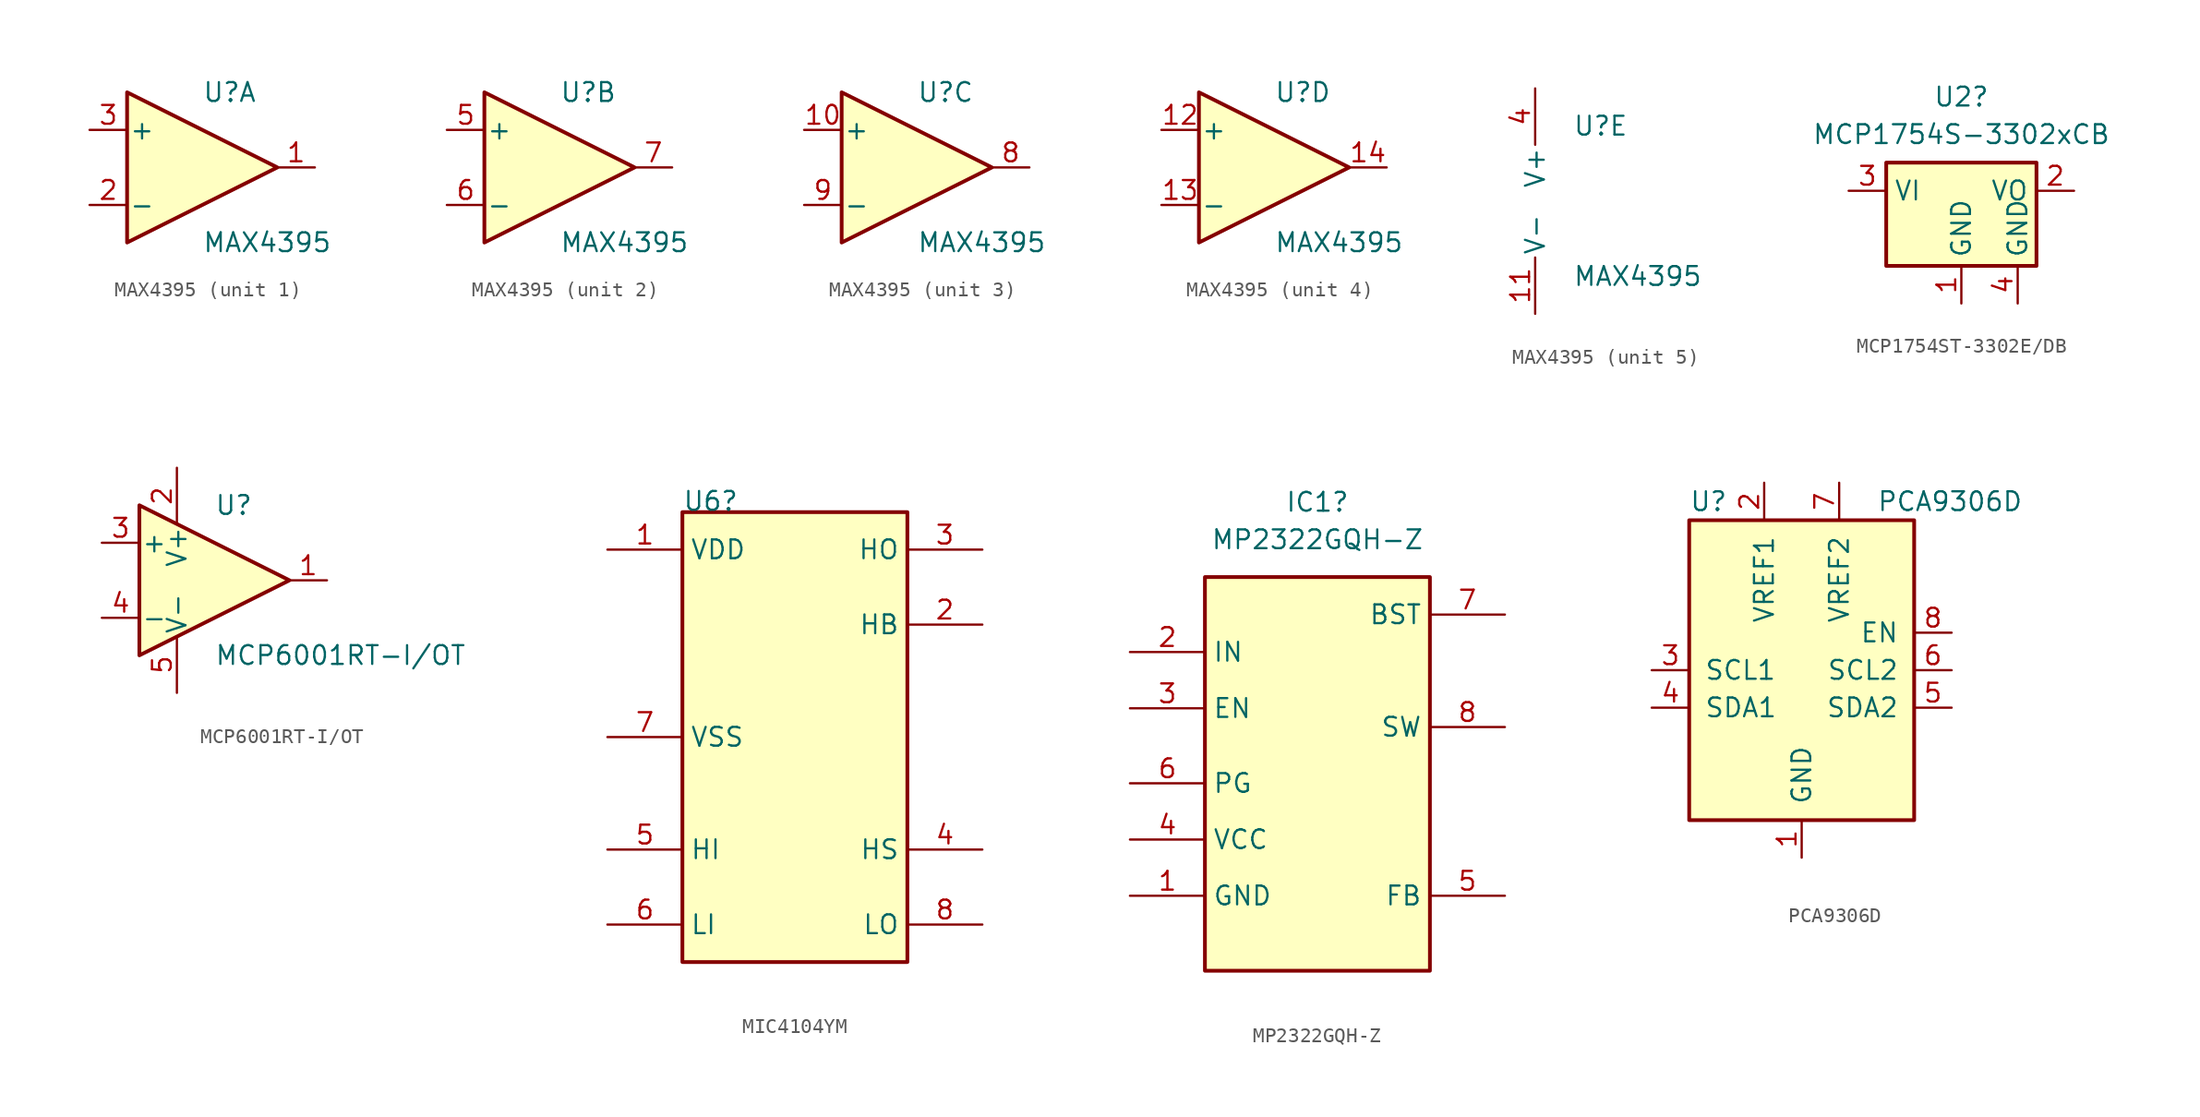
<source format=kicad_sym>
(kicad_symbol_lib
  (version 20241209)
  (generator "kicad_symbol_editor")
  (generator_version "9.0")
  (symbol "MAX4395"
    (pin_names
      (offset 0.127))
    (property "Reference" "U"
      (at 0 5.08 0)
      (effects (font (size 1.27 1.27)) (justify left)))
    (property "Value" "MAX4395"
      (at 0 -5.08 0)
      (effects (font (size 1.27 1.27)) (justify left)))
    (property "ki_locked" ""
      (at 0 0 0)
      (effects (font (size 1.27 1.27))))
    (symbol "MAX4395_1_1"
      (polyline (pts (xy -5.08 5.08) (xy 5.08 0) (xy -5.08 -5.08) (xy -5.08 5.08)) (stroke (width 0.254) (type default)) (fill (type background)))
      (pin input line (at -7.62 2.54 0) (length 2.54) (name "+" (effects (font (size 1.27 1.27)))) (number "3" (effects (font (size 1.27 1.27)))))
      (pin input line (at -7.62 -2.54 0) (length 2.54) (name "-" (effects (font (size 1.27 1.27)))) (number "2" (effects (font (size 1.27 1.27)))))
      (pin output line (at 7.62 0 180) (length 2.54) (name "~" (effects (font (size 1.27 1.27)))) (number "1" (effects (font (size 1.27 1.27))))))
    (symbol "MAX4395_2_1"
      (polyline (pts (xy -5.08 5.08) (xy 5.08 0) (xy -5.08 -5.08) (xy -5.08 5.08)) (stroke (width 0.254) (type default)) (fill (type background)))
      (pin input line (at -7.62 2.54 0) (length 2.54) (name "+" (effects (font (size 1.27 1.27)))) (number "5" (effects (font (size 1.27 1.27)))))
      (pin input line (at -7.62 -2.54 0) (length 2.54) (name "-" (effects (font (size 1.27 1.27)))) (number "6" (effects (font (size 1.27 1.27)))))
      (pin output line (at 7.62 0 180) (length 2.54) (name "~" (effects (font (size 1.27 1.27)))) (number "7" (effects (font (size 1.27 1.27))))))
    (symbol "MAX4395_3_1"
      (polyline (pts (xy -5.08 5.08) (xy 5.08 0) (xy -5.08 -5.08) (xy -5.08 5.08)) (stroke (width 0.254) (type default)) (fill (type background)))
      (pin input line (at -7.62 2.54 0) (length 2.54) (name "+" (effects (font (size 1.27 1.27)))) (number "10" (effects (font (size 1.27 1.27)))))
      (pin input line (at -7.62 -2.54 0) (length 2.54) (name "-" (effects (font (size 1.27 1.27)))) (number "9" (effects (font (size 1.27 1.27)))))
      (pin output line (at 7.62 0 180) (length 2.54) (name "~" (effects (font (size 1.27 1.27)))) (number "8" (effects (font (size 1.27 1.27))))))
    (symbol "MAX4395_4_1"
      (polyline (pts (xy -5.08 5.08) (xy 5.08 0) (xy -5.08 -5.08) (xy -5.08 5.08)) (stroke (width 0.254) (type default)) (fill (type background)))
      (pin input line (at -7.62 2.54 0) (length 2.54) (name "+" (effects (font (size 1.27 1.27)))) (number "12" (effects (font (size 1.27 1.27)))))
      (pin input line (at -7.62 -2.54 0) (length 2.54) (name "-" (effects (font (size 1.27 1.27)))) (number "13" (effects (font (size 1.27 1.27)))))
      (pin output line (at 7.62 0 180) (length 2.54) (name "~" (effects (font (size 1.27 1.27)))) (number "14" (effects (font (size 1.27 1.27))))))
    (symbol "MAX4395_5_1"
      (pin power_in line (at -2.54 7.62 270) (length 3.81) (name "V+" (effects (font (size 1.27 1.27)))) (number "4" (effects (font (size 1.27 1.27)))))
      (pin power_in line (at -2.54 -7.62 90) (length 3.81) (name "V-" (effects (font (size 1.27 1.27)))) (number "11" (effects (font (size 1.27 1.27)))))))
  (symbol "MCP1754ST-3302E/DB"
    (property "Reference" "U2"
      (at 0 6.35 0)
      (effects (font (size 1.27 1.27))))
    (property "Value" "MCP1754S-3302xCB"
      (at 0 3.81 0)
      (effects (font (size 1.27 1.27))))
    (symbol "MCP1754ST-3302E/DB_0_1"
      (rectangle (start -5.08 -5.08) (end 5.08 1.905) (stroke (width 0.254) (type default)) (fill (type background))))
    (symbol "MCP1754ST-3302E/DB_1_1"
      (pin power_in line (at -7.62 0 0) (length 2.54) (name "VI" (effects (font (size 1.27 1.27)))) (number "3" (effects (font (size 1.27 1.27)))))
      (pin power_in line (at 0 -7.62 90) (length 2.54) (name "GND" (effects (font (size 1.27 1.27)))) (number "1" (effects (font (size 1.27 1.27)))))
      (pin power_in line (at 3.81 -7.62 90) (length 2.54) (name "GND" (effects (font (size 1.27 1.27)))) (number "4" (effects (font (size 1.27 1.27)))))
      (pin power_out line (at 7.62 0 180) (length 2.54) (name "VO" (effects (font (size 1.27 1.27)))) (number "2" (effects (font (size 1.27 1.27)))))))
  (symbol "MCP6001RT-I/OT"
    (pin_names
      (offset 0.127))
    (property "Reference" "U"
      (at 0 5.08 0)
      (effects (font (size 1.27 1.27)) (justify left)))
    (property "Value" "MCP6001RT-I/OT"
      (at 0 -5.08 0)
      (effects (font (size 1.27 1.27)) (justify left)))
    (symbol "MCP6001RT-I/OT_0_1"
      (polyline (pts (xy -5.08 5.08) (xy 5.08 0) (xy -5.08 -5.08) (xy -5.08 5.08)) (stroke (width 0.254) (type default)) (fill (type background))))
    (symbol "MCP6001RT-I/OT_1_1"
      (pin input line (at -7.62 2.54 0) (length 2.54) (name "+" (effects (font (size 1.27 1.27)))) (number "3" (effects (font (size 1.27 1.27)))))
      (pin input line (at -7.62 -2.54 0) (length 2.54) (name "-" (effects (font (size 1.27 1.27)))) (number "4" (effects (font (size 1.27 1.27)))))
      (pin power_in line (at -2.54 7.62 270) (length 3.81) (name "V+" (effects (font (size 1.27 1.27)))) (number "2" (effects (font (size 1.27 1.27)))))
      (pin power_in line (at -2.54 -7.62 90) (length 3.81) (name "V-" (effects (font (size 1.27 1.27)))) (number "5" (effects (font (size 1.27 1.27)))))
      (pin output line (at 7.62 0 180) (length 2.54) (name "~" (effects (font (size 1.27 1.27)))) (number "1" (effects (font (size 1.27 1.27)))))))
  (symbol "MIC4104YM"
    (property "Reference" "U6"
      (at 0 0 0)
      (effects (font (size 1.27 1.27)) (justify left bottom)))
    (symbol "MIC4104YM_1_0"
      (rectangle (start 0 0) (end 15.24 -30.48) (stroke (width 0.254) (type default)) (fill (type background)))
      (pin power_in line (at -5.08 -2.54 0) (length 5.08) (name "VDD" (effects (font (size 1.27 1.27)))) (number "1" (effects (font (size 1.27 1.27)))))
      (pin power_in line (at -5.08 -15.24 0) (length 5.08) (name "VSS" (effects (font (size 1.27 1.27)))) (number "7" (effects (font (size 1.27 1.27)))))
      (pin input line (at -5.08 -22.86 0) (length 5.08) (name "HI" (effects (font (size 1.27 1.27)))) (number "5" (effects (font (size 1.27 1.27)))))
      (pin input line (at -5.08 -27.94 0) (length 5.08) (name "LI" (effects (font (size 1.27 1.27)))) (number "6" (effects (font (size 1.27 1.27)))))
      (pin output line (at 20.32 -2.54 180) (length 5.08) (name "HO" (effects (font (size 1.27 1.27)))) (number "3" (effects (font (size 1.27 1.27)))))
      (pin passive line (at 20.32 -7.62 180) (length 5.08) (name "HB" (effects (font (size 1.27 1.27)))) (number "2" (effects (font (size 1.27 1.27)))))
      (pin passive line (at 20.32 -22.86 180) (length 5.08) (name "HS" (effects (font (size 1.27 1.27)))) (number "4" (effects (font (size 1.27 1.27)))))
      (pin output line (at 20.32 -27.94 180) (length 5.08) (name "LO" (effects (font (size 1.27 1.27)))) (number "8" (effects (font (size 1.27 1.27)))))))
  (symbol "MP2322GQH-Z"
    (property "Reference" "IC1"
      (at 12.7 7.62 0)
      (effects (font (size 1.27 1.27))))
    (property "Value" "MP2322GQH-Z"
      (at 12.7 5.08 0)
      (effects (font (size 1.27 1.27))))
    (symbol "MP2322GQH-Z_1_1"
      (rectangle (start 5.08 2.54) (end 20.32 -24.13) (stroke (width 0.254) (type default)) (fill (type background)))
      (pin passive line (at 0 -2.54 0) (length 5.08) (name "IN" (effects (font (size 1.27 1.27)))) (number "2" (effects (font (size 1.27 1.27)))))
      (pin passive line (at 0 -6.35 0) (length 5.08) (name "EN" (effects (font (size 1.27 1.27)))) (number "3" (effects (font (size 1.27 1.27)))))
      (pin passive line (at 0 -11.43 0) (length 5.08) (name "PG" (effects (font (size 1.27 1.27)))) (number "6" (effects (font (size 1.27 1.27)))))
      (pin passive line (at 0 -15.24 0) (length 5.08) (name "VCC" (effects (font (size 1.27 1.27)))) (number "4" (effects (font (size 1.27 1.27)))))
      (pin passive line (at 0 -19.05 0) (length 5.08) (name "GND" (effects (font (size 1.27 1.27)))) (number "1" (effects (font (size 1.27 1.27)))))
      (pin passive line (at 25.4 0 180) (length 5.08) (name "BST" (effects (font (size 1.27 1.27)))) (number "7" (effects (font (size 1.27 1.27)))))
      (pin passive line (at 25.4 -7.62 180) (length 5.08) (name "SW" (effects (font (size 1.27 1.27)))) (number "8" (effects (font (size 1.27 1.27)))))
      (pin passive line (at 25.4 -19.05 180) (length 5.08) (name "FB" (effects (font (size 1.27 1.27)))) (number "5" (effects (font (size 1.27 1.27)))))))
  (symbol "PCA9306D"
    (pin_names
      (offset 1.016))
    (property "Reference" "U"
      (at -7.62 11.43 0)
      (effects (font (size 1.27 1.27)) (justify left)))
    (property "Value" "PCA9306D"
      (at 5.08 11.43 0)
      (effects (font (size 1.27 1.27)) (justify left)))
    (symbol "PCA9306D_0_1"
      (rectangle (start -7.62 10.16) (end 7.62 -10.16) (stroke (width 0.254) (type default)) (fill (type background))))
    (symbol "PCA9306D_1_1"
      (pin bidirectional line (at -10.16 0 0) (length 2.54) (name "SCL1" (effects (font (size 1.27 1.27)))) (number "3" (effects (font (size 1.27 1.27)))))
      (pin bidirectional line (at -10.16 -2.54 0) (length 2.54) (name "SDA1" (effects (font (size 1.27 1.27)))) (number "4" (effects (font (size 1.27 1.27)))))
      (pin power_in line (at -2.54 12.7 270) (length 2.54) (name "VREF1" (effects (font (size 1.27 1.27)))) (number "2" (effects (font (size 1.27 1.27)))))
      (pin power_in line (at 0 -12.7 90) (length 2.54) (name "GND" (effects (font (size 1.27 1.27)))) (number "1" (effects (font (size 1.27 1.27)))))
      (pin power_in line (at 2.54 12.7 270) (length 2.54) (name "VREF2" (effects (font (size 1.27 1.27)))) (number "7" (effects (font (size 1.27 1.27)))))
      (pin input line (at 10.16 2.54 180) (length 2.54) (name "EN" (effects (font (size 1.27 1.27)))) (number "8" (effects (font (size 1.27 1.27)))))
      (pin bidirectional line (at 10.16 0 180) (length 2.54) (name "SCL2" (effects (font (size 1.27 1.27)))) (number "6" (effects (font (size 1.27 1.27)))))
      (pin bidirectional line (at 10.16 -2.54 180) (length 2.54) (name "SDA2" (effects (font (size 1.27 1.27)))) (number "5" (effects (font (size 1.27 1.27))))))))
</source>
